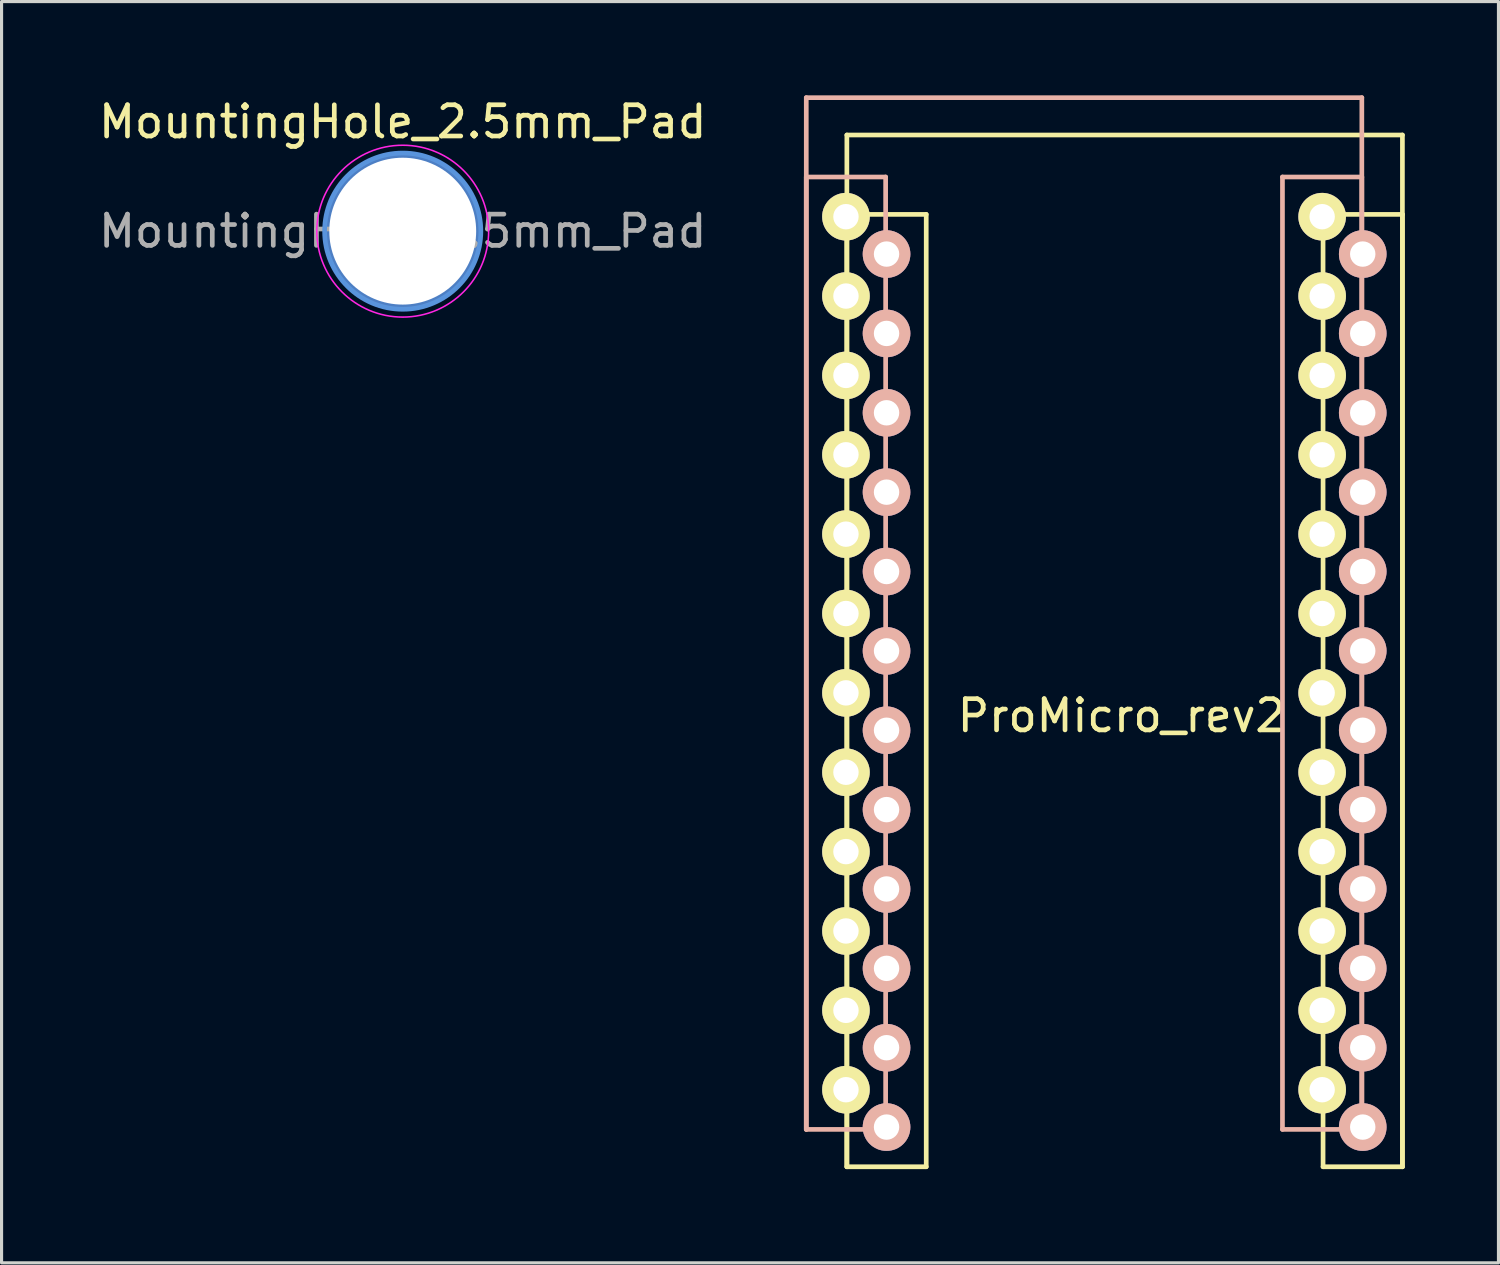
<source format=kicad_pcb>
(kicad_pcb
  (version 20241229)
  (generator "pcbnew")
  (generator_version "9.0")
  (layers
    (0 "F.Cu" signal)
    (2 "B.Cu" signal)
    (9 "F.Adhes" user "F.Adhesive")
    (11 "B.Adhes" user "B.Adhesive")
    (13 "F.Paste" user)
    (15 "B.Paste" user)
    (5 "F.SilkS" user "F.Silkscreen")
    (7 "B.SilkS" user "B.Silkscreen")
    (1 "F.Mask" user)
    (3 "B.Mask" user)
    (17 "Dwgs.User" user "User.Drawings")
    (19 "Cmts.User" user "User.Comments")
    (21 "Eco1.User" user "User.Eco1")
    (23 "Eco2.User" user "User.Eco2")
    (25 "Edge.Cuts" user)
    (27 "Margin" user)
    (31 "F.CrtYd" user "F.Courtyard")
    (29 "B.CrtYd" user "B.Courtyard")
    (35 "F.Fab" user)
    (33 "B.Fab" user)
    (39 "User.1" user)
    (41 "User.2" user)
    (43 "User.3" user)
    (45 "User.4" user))
  (footprint "MountingHole_2.5mm_Pad"
    (layer "F.Cu")
    (at 9.839 4.348)
    (property "Reference" "MountingHole_2.5mm_Pad" (at 0 -3.5 0) (layer "F.SilkS") (effects (font (size 1 1) (thickness 0.15))))
    (attr exclude_from_pos_files exclude_from_bom)
    (fp_circle (center 0 0) (end 2.5 0) (stroke (width 0.15) (type solid)) (fill no) (layer "Cmts.User"))
    (fp_circle (center 0 0) (end 2.75 0) (stroke (width 0.05) (type solid)) (fill no) (layer "F.CrtYd"))
    (fp_text user "${REFERENCE}" (at 0 0 0) (layer "F.Fab") (effects (font (size 1 1) (thickness 0.15))))
    (pad "" thru_hole circle (at 0 0) (size 4.9 4.9) (drill 4.7) (layers "*.Cu" "*.Mask")))
  (footprint "ProMicro_rev2"
    (layer "F.Cu")
    (at 32.844 18.655)
    (property "Reference" "ProMicro_rev2" (at 0 1.2 0) (layer "F.SilkS") (effects (font (size 1 1) (thickness 0.15))))
    (attr through_hole)
    (fp_line (start -8.791 -17.384) (end -8.791 15.636) (stroke (width 0.15) (type solid)) (layer "F.SilkS"))
    (fp_line (start -8.791 -14.844) (end -8.791 15.636) (stroke (width 0.15) (type solid)) (layer "F.SilkS"))
    (fp_line (start -8.791 15.636) (end -6.251 15.636) (stroke (width 0.15) (type solid)) (layer "F.SilkS"))
    (fp_line (start -6.251 -14.844) (end -8.791 -14.844) (stroke (width 0.15) (type solid)) (layer "F.SilkS"))
    (fp_line (start -6.251 15.636) (end -6.251 -14.844) (stroke (width 0.15) (type solid)) (layer "F.SilkS"))
    (fp_line (start 6.449 -14.844) (end 6.449 15.636) (stroke (width 0.15) (type solid)) (layer "F.SilkS"))
    (fp_line (start 6.449 15.636) (end 8.989 15.636) (stroke (width 0.15) (type solid)) (layer "F.SilkS"))
    (fp_line (start 8.989 -17.384) (end -8.791 -17.384) (stroke (width 0.15) (type solid)) (layer "F.SilkS"))
    (fp_line (start 8.989 -14.844) (end 6.449 -14.844) (stroke (width 0.15) (type solid)) (layer "F.SilkS"))
    (fp_line (start 8.989 15.636) (end 8.989 -17.384) (stroke (width 0.15) (type solid)) (layer "F.SilkS"))
    (fp_line (start 8.989 15.636) (end 8.989 -14.844) (stroke (width 0.15) (type solid)) (layer "F.SilkS"))
    (fp_line (start -10.09 -18.58) (end 7.69 -18.58) (stroke (width 0.15) (type solid)) (layer "B.SilkS"))
    (fp_line (start -10.09 -16.04) (end -7.55 -16.04) (stroke (width 0.15) (type solid)) (layer "B.SilkS"))
    (fp_line (start -10.09 14.44) (end -10.09 -18.58) (stroke (width 0.15) (type solid)) (layer "B.SilkS"))
    (fp_line (start -10.09 14.44) (end -10.09 -16.04) (stroke (width 0.15) (type solid)) (layer "B.SilkS"))
    (fp_line (start -7.55 -16.04) (end -7.55 14.44) (stroke (width 0.15) (type solid)) (layer "B.SilkS"))
    (fp_line (start -7.55 14.44) (end -10.09 14.44) (stroke (width 0.15) (type solid)) (layer "B.SilkS"))
    (fp_line (start 5.15 -16.04) (end 7.69 -16.04) (stroke (width 0.15) (type solid)) (layer "B.SilkS"))
    (fp_line (start 5.15 14.44) (end 5.15 -16.04) (stroke (width 0.15) (type solid)) (layer "B.SilkS"))
    (fp_line (start 7.69 -18.58) (end 7.69 14.44) (stroke (width 0.15) (type solid)) (layer "B.SilkS"))
    (fp_line (start 7.69 -16.04) (end 7.69 14.44) (stroke (width 0.15) (type solid)) (layer "B.SilkS"))
    (fp_line (start 7.69 14.44) (end 5.15 14.44) (stroke (width 0.15) (type solid)) (layer "B.SilkS"))
    (pad "1" thru_hole circle (at -8.82 -14.77) (size 1.524 1.524) (drill 0.813) (layers "*.Cu" "*.Mask" "F.SilkS"))
    (pad "1" thru_hole circle (at 7.719 -13.574 180) (size 1.524 1.524) (drill 0.813) (layers "*.Cu" "*.Mask" "B.SilkS"))
    (pad "2" thru_hole circle (at -8.82 -12.23) (size 1.524 1.524) (drill 0.813) (layers "*.Cu" "*.Mask" "F.SilkS"))
    (pad "2" thru_hole circle (at 7.719 -11.034 180) (size 1.524 1.524) (drill 0.813) (layers "*.Cu" "*.Mask" "B.SilkS"))
    (pad "3" thru_hole circle (at -8.82 -9.69) (size 1.524 1.524) (drill 0.813) (layers "*.Cu" "*.Mask" "F.SilkS"))
    (pad "3" thru_hole circle (at 7.719 -8.494 180) (size 1.524 1.524) (drill 0.813) (layers "*.Cu" "*.Mask" "B.SilkS"))
    (pad "4" thru_hole circle (at -8.82 -7.15) (size 1.524 1.524) (drill 0.813) (layers "*.Cu" "*.Mask" "F.SilkS"))
    (pad "4" thru_hole circle (at 7.719 -5.954 180) (size 1.524 1.524) (drill 0.813) (layers "*.Cu" "*.Mask" "B.SilkS"))
    (pad "5" thru_hole circle (at -8.82 -4.61) (size 1.524 1.524) (drill 0.813) (layers "*.Cu" "*.Mask" "F.SilkS"))
    (pad "5" thru_hole circle (at 7.719 -3.414 180) (size 1.524 1.524) (drill 0.813) (layers "*.Cu" "*.Mask" "B.SilkS"))
    (pad "6" thru_hole circle (at -8.82 -2.07) (size 1.524 1.524) (drill 0.813) (layers "*.Cu" "*.Mask" "F.SilkS"))
    (pad "6" thru_hole circle (at 7.719 -0.874 180) (size 1.524 1.524) (drill 0.813) (layers "*.Cu" "*.Mask" "B.SilkS"))
    (pad "7" thru_hole circle (at -8.82 0.47) (size 1.524 1.524) (drill 0.813) (layers "*.Cu" "*.Mask" "F.SilkS"))
    (pad "7" thru_hole circle (at 7.719 1.666 180) (size 1.524 1.524) (drill 0.813) (layers "*.Cu" "*.Mask" "B.SilkS"))
    (pad "8" thru_hole circle (at -8.82 3.01) (size 1.524 1.524) (drill 0.813) (layers "*.Cu" "*.Mask" "F.SilkS"))
    (pad "8" thru_hole circle (at 7.719 4.206 180) (size 1.524 1.524) (drill 0.813) (layers "*.Cu" "*.Mask" "B.SilkS"))
    (pad "9" thru_hole circle (at -8.82 5.55) (size 1.524 1.524) (drill 0.813) (layers "*.Cu" "*.Mask" "F.SilkS"))
    (pad "9" thru_hole circle (at 7.719 6.746 180) (size 1.524 1.524) (drill 0.813) (layers "*.Cu" "*.Mask" "B.SilkS"))
    (pad "10" thru_hole circle (at -8.82 8.09) (size 1.524 1.524) (drill 0.813) (layers "*.Cu" "*.Mask" "F.SilkS"))
    (pad "10" thru_hole circle (at 7.719 9.286 180) (size 1.524 1.524) (drill 0.813) (layers "*.Cu" "*.Mask" "B.SilkS"))
    (pad "11" thru_hole circle (at -8.82 10.63) (size 1.524 1.524) (drill 0.813) (layers "*.Cu" "*.Mask" "F.SilkS"))
    (pad "11" thru_hole circle (at 7.719 11.826 180) (size 1.524 1.524) (drill 0.813) (layers "*.Cu" "*.Mask" "B.SilkS"))
    (pad "12" thru_hole circle (at -8.82 13.17) (size 1.524 1.524) (drill 0.813) (layers "*.Cu" "*.Mask" "F.SilkS"))
    (pad "12" thru_hole circle (at 7.719 14.366 180) (size 1.524 1.524) (drill 0.813) (layers "*.Cu" "*.Mask" "B.SilkS"))
    (pad "13" thru_hole circle (at -7.521 14.366 180) (size 1.524 1.524) (drill 0.813) (layers "*.Cu" "*.Mask" "B.SilkS"))
    (pad "13" thru_hole circle (at 6.42 13.17) (size 1.524 1.524) (drill 0.813) (layers "*.Cu" "*.Mask" "F.SilkS"))
    (pad "14" thru_hole circle (at -7.521 11.826 180) (size 1.524 1.524) (drill 0.813) (layers "*.Cu" "*.Mask" "B.SilkS"))
    (pad "14" thru_hole circle (at 6.42 10.63) (size 1.524 1.524) (drill 0.813) (layers "*.Cu" "*.Mask" "F.SilkS"))
    (pad "15" thru_hole circle (at -7.521 9.286 180) (size 1.524 1.524) (drill 0.813) (layers "*.Cu" "*.Mask" "B.SilkS"))
    (pad "15" thru_hole circle (at 6.42 8.09) (size 1.524 1.524) (drill 0.813) (layers "*.Cu" "*.Mask" "F.SilkS"))
    (pad "16" thru_hole circle (at -7.521 6.746 180) (size 1.524 1.524) (drill 0.813) (layers "*.Cu" "*.Mask" "B.SilkS"))
    (pad "16" thru_hole circle (at 6.42 5.55) (size 1.524 1.524) (drill 0.813) (layers "*.Cu" "*.Mask" "F.SilkS"))
    (pad "17" thru_hole circle (at -7.521 4.206 180) (size 1.524 1.524) (drill 0.813) (layers "*.Cu" "*.Mask" "B.SilkS"))
    (pad "17" thru_hole circle (at 6.42 3.01) (size 1.524 1.524) (drill 0.813) (layers "*.Cu" "*.Mask" "F.SilkS"))
    (pad "18" thru_hole circle (at -7.521 1.666 180) (size 1.524 1.524) (drill 0.813) (layers "*.Cu" "*.Mask" "B.SilkS"))
    (pad "18" thru_hole circle (at 6.42 0.47) (size 1.524 1.524) (drill 0.813) (layers "*.Cu" "*.Mask" "F.SilkS"))
    (pad "19" thru_hole circle (at -7.521 -0.874 180) (size 1.524 1.524) (drill 0.813) (layers "*.Cu" "*.Mask" "B.SilkS"))
    (pad "19" thru_hole circle (at 6.42 -2.07) (size 1.524 1.524) (drill 0.813) (layers "*.Cu" "*.Mask" "F.SilkS"))
    (pad "20" thru_hole circle (at -7.521 -3.414 180) (size 1.524 1.524) (drill 0.813) (layers "*.Cu" "*.Mask" "B.SilkS"))
    (pad "20" thru_hole circle (at 6.42 -4.61) (size 1.524 1.524) (drill 0.813) (layers "*.Cu" "*.Mask" "F.SilkS"))
    (pad "21" thru_hole circle (at -7.521 -5.954 180) (size 1.524 1.524) (drill 0.813) (layers "*.Cu" "*.Mask" "B.SilkS"))
    (pad "21" thru_hole circle (at 6.42 -7.15) (size 1.524 1.524) (drill 0.813) (layers "*.Cu" "*.Mask" "F.SilkS"))
    (pad "22" thru_hole circle (at -7.521 -8.494 180) (size 1.524 1.524) (drill 0.813) (layers "*.Cu" "*.Mask" "B.SilkS"))
    (pad "22" thru_hole circle (at 6.42 -9.69) (size 1.524 1.524) (drill 0.813) (layers "*.Cu" "*.Mask" "F.SilkS"))
    (pad "23" thru_hole circle (at -7.521 -11.034 180) (size 1.524 1.524) (drill 0.813) (layers "*.Cu" "*.Mask" "B.SilkS"))
    (pad "23" thru_hole circle (at 6.42 -12.23) (size 1.524 1.524) (drill 0.813) (layers "*.Cu" "*.Mask" "F.SilkS"))
    (pad "24" thru_hole circle (at -7.521 -13.574 180) (size 1.524 1.524) (drill 0.813) (layers "*.Cu" "*.Mask" "B.SilkS"))
    (pad "24" thru_hole circle (at 6.42 -14.77) (size 1.524 1.524) (drill 0.813) (layers "*.Cu" "*.Mask" "F.SilkS")))
  (gr_rect
    (start -3 -3)
    (end 44.907 37.366)
    (stroke (width 0.1) (type default))
    (fill no)
    (layer "Edge.Cuts")))
</source>
